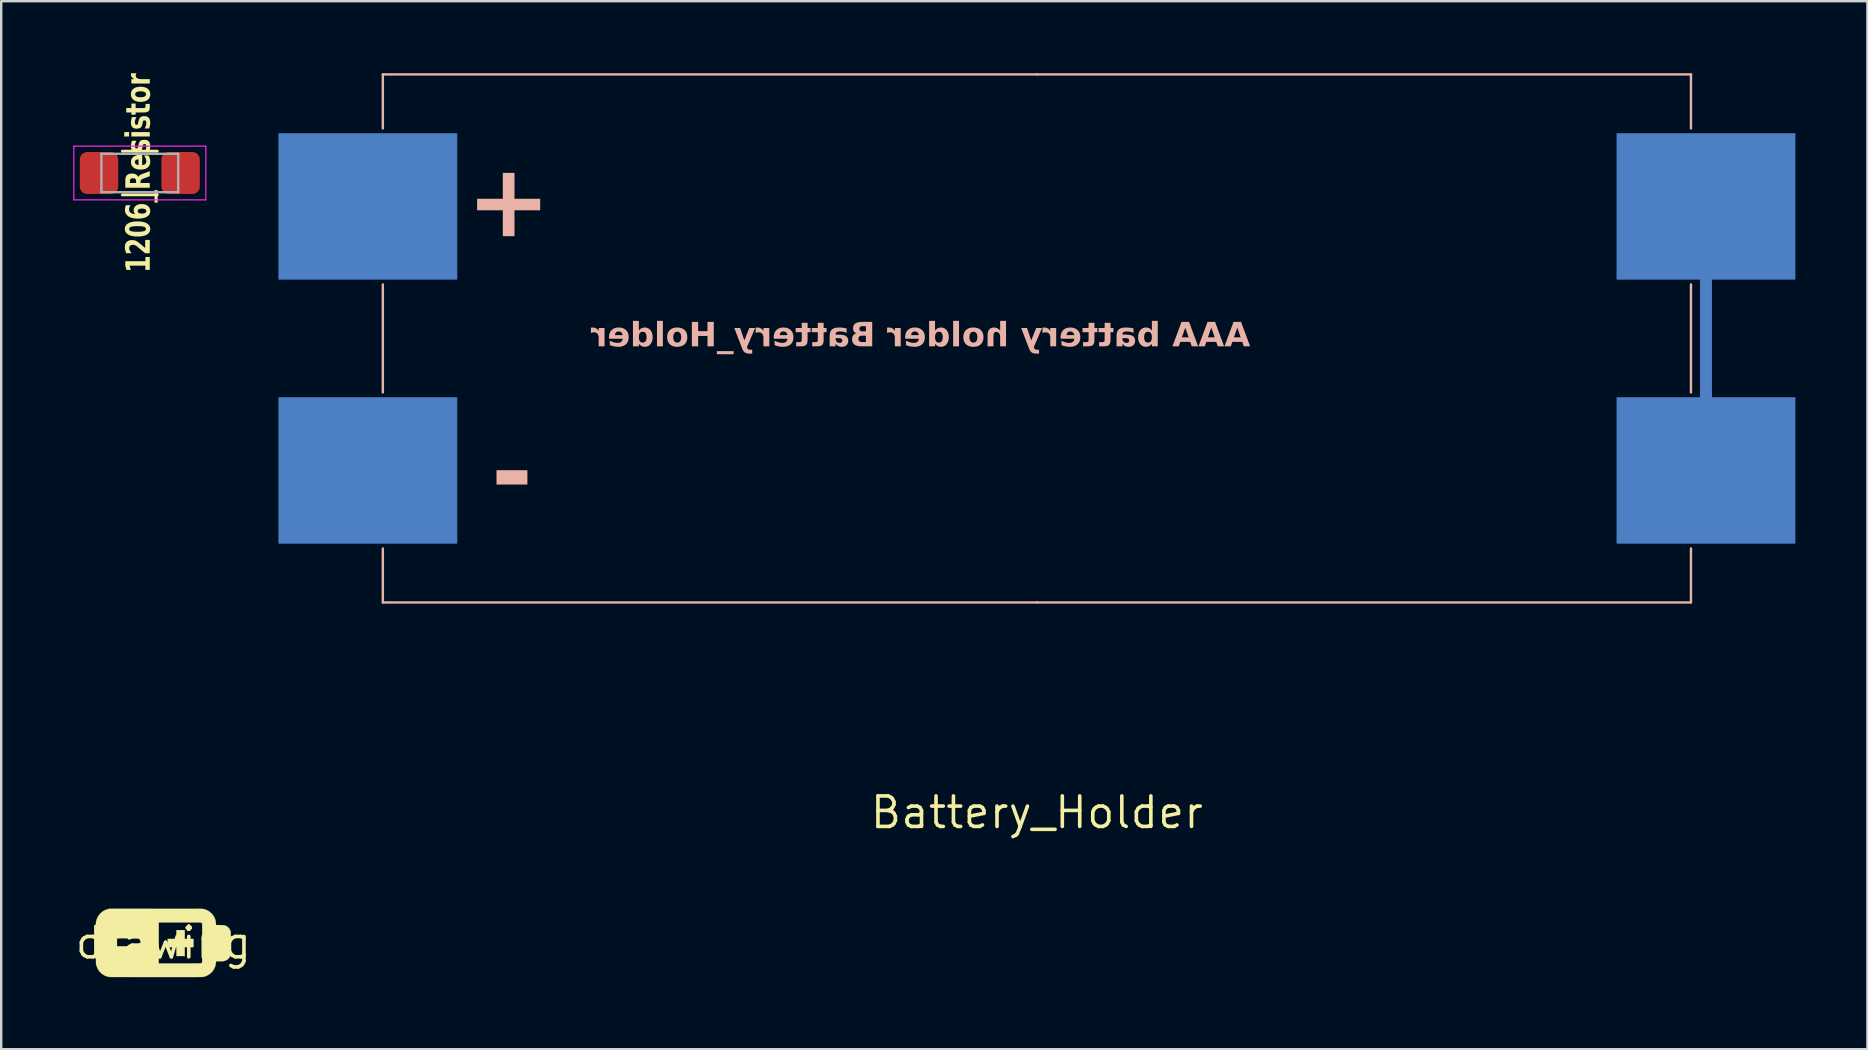
<source format=kicad_pcb>
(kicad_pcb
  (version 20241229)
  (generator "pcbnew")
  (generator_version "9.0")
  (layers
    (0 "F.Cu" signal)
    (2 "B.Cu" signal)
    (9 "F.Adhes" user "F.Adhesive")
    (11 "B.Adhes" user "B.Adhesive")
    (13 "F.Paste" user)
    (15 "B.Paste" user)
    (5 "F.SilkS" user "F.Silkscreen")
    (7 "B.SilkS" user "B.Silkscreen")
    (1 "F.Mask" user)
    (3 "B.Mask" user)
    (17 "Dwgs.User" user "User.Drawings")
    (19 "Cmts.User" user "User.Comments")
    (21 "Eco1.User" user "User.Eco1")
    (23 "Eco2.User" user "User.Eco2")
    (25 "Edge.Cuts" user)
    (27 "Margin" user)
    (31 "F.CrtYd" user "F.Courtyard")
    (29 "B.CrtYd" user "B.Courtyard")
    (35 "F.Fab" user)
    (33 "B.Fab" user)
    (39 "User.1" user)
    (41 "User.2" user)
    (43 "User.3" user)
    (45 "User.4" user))
  (footprint "drawing"
    (layer "F.Cu")
    (at 3.757 36.232)
    (property "Reference" "drawing" (at 0 0 0) (layer "F.SilkS") (effects (font (size 1.27 1.27) (thickness 0.15))))
    (attr through_hole)
    (fp_poly (pts (xy 0.889 -0.163) (xy 1.254 -0.163) (xy 1.254 0.179) (xy 0.889 0.179) (xy 0.889 0.548) (xy 0.544 0.548) (xy 0.544 0.179) (xy 0.179 0.179) (xy 0.179 -0.163) (xy 0.544 -0.163) (xy 0.544 -0.532) (xy 0.889 -0.532) (xy 0.889 -0.163)) (stroke (width 0.01) (type solid)) (fill yes) (layer "F.SilkS"))
    (fp_poly (pts (xy 0.907 -1.42) (xy 0.981 -1.42) (xy 1.05 -1.42) (xy 1.114 -1.42) (xy 1.173 -1.42) (xy 1.227 -1.42) (xy 1.277 -1.42) (xy 1.322 -1.42) (xy 1.363 -1.42) (xy 1.401 -1.42) (xy 1.434 -1.419) (xy 1.464 -1.419) (xy 1.491 -1.419) (xy 1.515 -1.419) (xy 1.536 -1.419) (xy 1.554 -1.418) (xy 1.57 -1.418) (xy 1.584 -1.418) (xy 1.596 -1.417) (xy 1.606 -1.417) (xy 1.615 -1.417) (xy 1.622 -1.416) (xy 1.628 -1.416) (xy 1.633 -1.415) (xy 1.637 -1.415) (xy 1.641 -1.414) (xy 1.645 -1.413) (xy 1.647 -1.413) (xy 1.7 -1.402) (xy 1.749 -1.388) (xy 1.796 -1.37) (xy 1.801 -1.368) (xy 1.865 -1.336) (xy 1.924 -1.297) (xy 1.978 -1.253) (xy 2.027 -1.204) (xy 2.07 -1.15) (xy 2.107 -1.092) (xy 2.137 -1.03) (xy 2.161 -0.965) (xy 2.178 -0.898) (xy 2.188 -0.827) (xy 2.189 -0.801) (xy 2.192 -0.743) (xy 2.347 -0.741) (xy 2.391 -0.74) (xy 2.428 -0.74) (xy 2.459 -0.739) (xy 2.484 -0.738) (xy 2.505 -0.736) (xy 2.523 -0.734) (xy 2.539 -0.731) (xy 2.553 -0.727) (xy 2.567 -0.723) (xy 2.581 -0.718) (xy 2.593 -0.712) (xy 2.625 -0.697) (xy 2.652 -0.681) (xy 2.678 -0.663) (xy 2.698 -0.645) (xy 2.734 -0.606) (xy 2.764 -0.563) (xy 2.786 -0.516) (xy 2.802 -0.466) (xy 2.804 -0.458) (xy 2.805 -0.449) (xy 2.806 -0.433) (xy 2.807 -0.41) (xy 2.807 -0.382) (xy 2.808 -0.347) (xy 2.809 -0.309) (xy 2.809 -0.266) (xy 2.81 -0.219) (xy 2.81 -0.17) (xy 2.81 -0.118) (xy 2.81 -0.065) (xy 2.81 -0.011) (xy 2.81 0.043) (xy 2.81 0.097) (xy 2.81 0.149) (xy 2.81 0.201) (xy 2.81 0.25) (xy 2.809 0.296) (xy 2.809 0.338) (xy 2.808 0.376) (xy 2.807 0.41) (xy 2.807 0.438) (xy 2.806 0.459) (xy 2.805 0.475) (xy 2.804 0.482) (xy 2.789 0.533) (xy 2.768 0.58) (xy 2.739 0.624) (xy 2.703 0.664) (xy 2.698 0.669) (xy 2.672 0.691) (xy 2.647 0.709) (xy 2.618 0.725) (xy 2.593 0.736) (xy 2.578 0.742) (xy 2.564 0.748) (xy 2.55 0.752) (xy 2.536 0.755) (xy 2.52 0.758) (xy 2.502 0.76) (xy 2.48 0.762) (xy 2.453 0.763) (xy 2.422 0.764) (xy 2.384 0.764) (xy 2.347 0.765) (xy 2.192 0.767) (xy 2.19 0.813) (xy 2.182 0.882) (xy 2.167 0.949) (xy 2.145 1.015) (xy 2.116 1.078) (xy 2.081 1.138) (xy 2.039 1.194) (xy 1.992 1.244) (xy 1.988 1.247) (xy 1.933 1.294) (xy 1.875 1.334) (xy 1.814 1.366) (xy 1.749 1.392) (xy 1.68 1.411) (xy 1.648 1.417) (xy 1.644 1.418) (xy 1.64 1.418) (xy 1.636 1.419) (xy 1.632 1.419) (xy 1.626 1.42) (xy 1.619 1.42) (xy 1.612 1.421) (xy 1.602 1.421) (xy 1.592 1.421) (xy 1.579 1.422) (xy 1.564 1.422) (xy 1.547 1.422) (xy 1.527 1.423) (xy 1.505 1.423) (xy 1.479 1.423) (xy 1.451 1.423) (xy 1.419 1.423) (xy 1.383 1.424) (xy 1.344 1.424) (xy 1.301 1.424) (xy 1.253 1.424) (xy 1.201 1.424) (xy 1.145 1.424) (xy 1.083 1.424) (xy 1.017 1.424) (xy 0.945 1.424) (xy 0.868 1.424) (xy 0.785 1.424) (xy 0.696 1.424) (xy 0.601 1.424) (xy 0.499 1.424) (xy 0.391 1.424) (xy 0.276 1.424) (xy 0.154 1.424) (xy 0.025 1.424) (xy -0.111 1.424) (xy -0.256 1.424) (xy -0.313 1.424) (xy -0.436 1.424) (xy -0.557 1.424) (xy -0.676 1.424) (xy -0.792 1.424) (xy -0.906 1.424) (xy -1.017 1.424) (xy -1.125 1.424) (xy -1.229 1.424) (xy -1.329 1.424) (xy -1.426 1.423) (xy -1.518 1.423) (xy -1.607 1.423) (xy -1.69 1.423) (xy -1.769 1.423) (xy -1.842 1.423) (xy -1.91 1.423) (xy -1.973 1.423) (xy -2.029 1.423) (xy -2.08 1.423) (xy -2.124 1.423) (xy -2.161 1.422) (xy -2.192 1.422) (xy -2.216 1.422) (xy -2.232 1.422) (xy -2.241 1.422) (xy -2.242 1.422) (xy -2.252 1.42) (xy -2.267 1.418) (xy -2.285 1.414) (xy -2.302 1.41) (xy -2.371 1.391) (xy -2.437 1.365) (xy -2.498 1.332) (xy -2.557 1.291) (xy -2.611 1.244) (xy -2.63 1.225) (xy -2.676 1.171) (xy -2.716 1.113) (xy -2.75 1.051) (xy -2.777 0.984) (xy -2.797 0.915) (xy -2.808 0.867) (xy -2.808 0.857) (xy -0.194 0.857) (xy 0.674 0.857) (xy 0.759 0.857) (xy 0.842 0.857) (xy 0.922 0.857) (xy 0.999 0.857) (xy 1.072 0.857) (xy 1.142 0.857) (xy 1.207 0.856) (xy 1.268 0.856) (xy 1.324 0.856) (xy 1.375 0.856) (xy 1.421 0.855) (xy 1.46 0.855) (xy 1.493 0.855) (xy 1.52 0.855) (xy 1.54 0.854) (xy 1.552 0.854) (xy 1.557 0.854) (xy 1.579 0.845) (xy 1.599 0.829) (xy 1.608 0.818) (xy 1.617 0.804) (xy 1.617 -0.8) (xy 1.608 -0.814) (xy 1.591 -0.832) (xy 1.57 -0.845) (xy 1.557 -0.85) (xy 1.552 -0.85) (xy 1.539 -0.85) (xy 1.518 -0.851) (xy 1.491 -0.851) (xy 1.457 -0.851) (xy 1.418 -0.851) (xy 1.372 -0.852) (xy 1.32 -0.852) (xy 1.264 -0.852) (xy 1.203 -0.852) (xy 1.137 -0.853) (xy 1.067 -0.853) (xy 0.993 -0.853) (xy 0.916 -0.853) (xy 0.836 -0.853) (xy 0.753 -0.853) (xy 0.674 -0.853) (xy -0.194 -0.853) (xy -0.194 0.857) (xy -2.808 0.857) (xy -2.808 -0.194) (xy -1.933 -0.194) (xy -1.933 0.143) (xy -0.861 0.143) (xy -0.861 -0.194) (xy -1.933 -0.194) (xy -2.808 -0.194) (xy -2.808 -0.863) (xy -2.797 -0.911) (xy -2.777 -0.98) (xy -2.751 -1.044) (xy -2.72 -1.104) (xy -2.682 -1.16) (xy -2.638 -1.213) (xy -2.626 -1.226) (xy -2.574 -1.274) (xy -2.518 -1.315) (xy -2.459 -1.35) (xy -2.394 -1.379) (xy -2.325 -1.402) (xy -2.302 -1.407) (xy -2.256 -1.419) (xy -0.327 -1.42) (xy -0.18 -1.42) (xy -0.04 -1.42) (xy 0.093 -1.42) (xy 0.218 -1.42) (xy 0.336 -1.42) (xy 0.447 -1.42) (xy 0.551 -1.42) (xy 0.649 -1.42) (xy 0.741 -1.42) (xy 0.827 -1.42) (xy 0.907 -1.42)) (stroke (width 0.01) (type solid)) (fill yes) (layer "F.SilkS")))
  (footprint "1206_Resistor"
    (layer "F.Cu")
    (at 2.775 4.158)
    (property "Reference" "1206_Resistor" (at 0 0 90) (unlocked yes) (layer "F.SilkS") (effects (font (face "Segoe UI This") (size 1 0.75) (thickness 0.15) (bold yes))))
    (attr smd)
    (fp_line (start -0.727 -0.91) (end 0.727 -0.91) (stroke (width 0.12) (type solid)) (layer "F.SilkS"))
    (fp_line (start -0.727 0.91) (end 0.727 0.91) (stroke (width 0.12) (type solid)) (layer "F.SilkS"))
    (fp_line (start -2.75 -1.12) (end 2.75 -1.12) (stroke (width 0.05) (type solid)) (layer "F.CrtYd"))
    (fp_line (start -2.75 1.12) (end -2.75 -1.12) (stroke (width 0.05) (type solid)) (layer "F.CrtYd"))
    (fp_line (start 2.75 -1.12) (end 2.75 1.12) (stroke (width 0.05) (type solid)) (layer "F.CrtYd"))
    (fp_line (start 2.75 1.12) (end -2.75 1.12) (stroke (width 0.05) (type solid)) (layer "F.CrtYd"))
    (fp_line (start -1.6 -0.8) (end 1.6 -0.8) (stroke (width 0.1) (type solid)) (layer "F.Fab"))
    (fp_line (start -1.6 0.8) (end -1.6 -0.8) (stroke (width 0.1) (type solid)) (layer "F.Fab"))
    (fp_line (start 1.6 -0.8) (end 1.6 0.8) (stroke (width 0.1) (type solid)) (layer "F.Fab"))
    (fp_line (start 1.6 0.8) (end -1.6 0.8) (stroke (width 0.1) (type solid)) (layer "F.Fab"))
    (pad "1" smd roundrect (at -1.7 0) (size 1.6 1.75) (layers "F.Cu" "F.Mask") (roundrect_rratio 0.192))
    (pad "2" smd roundrect (at 1.7 0) (size 1.6 1.75) (layers "F.Cu" "F.Mask") (roundrect_rratio 0.192)))
  (footprint "Battery_Holder"
    (layer "F.Cu")
    (at 40.15 11.05)
    (property "Reference" "Battery_Holder" (at 0 19.75 0) (layer "F.SilkS") (effects (font (size 1.27 1.27) (thickness 0.15))))
    (attr through_hole)
    (fp_line (start 27.875 -5.5) (end 27.875 5.5) (stroke (width 0.5) (type default)) (layer "B.Cu"))
    (fp_line (start -27.25 -11) (end -27.25 -8.75) (stroke (width 0.1) (type default)) (layer "B.SilkS"))
    (fp_line (start -27.25 2.25) (end -27.25 -2.25) (stroke (width 0.1) (type default)) (layer "B.SilkS"))
    (fp_line (start -27.25 11) (end -27.25 8.75) (stroke (width 0.1) (type default)) (layer "B.SilkS"))
    (fp_line (start 0 -11) (end -27.25 -11) (stroke (width 0.1) (type default)) (layer "B.SilkS"))
    (fp_line (start 0 -11) (end 27.25 -11) (stroke (width 0.1) (type default)) (layer "B.SilkS"))
    (fp_line (start 0 11) (end -27.25 11) (stroke (width 0.1) (type default)) (layer "B.SilkS"))
    (fp_line (start 0 11) (end 27.25 11) (stroke (width 0.1) (type default)) (layer "B.SilkS"))
    (fp_line (start 27.25 -11) (end 27.25 -8.75) (stroke (width 0.1) (type default)) (layer "B.SilkS"))
    (fp_line (start 27.25 -2.25) (end 27.25 2.25) (stroke (width 0.1) (type default)) (layer "B.SilkS"))
    (fp_line (start 27.25 11) (end 27.25 8.75) (stroke (width 0.1) (type default)) (layer "B.SilkS"))
    (fp_text user "AAA battery holder ${REFERENCE}" (at 8.89 0.5 0) (unlocked yes) (layer "B.SilkS") (effects (font (face "Segoe UI This") (size 1 1) (thickness 0.2) (bold yes)) (justify left bottom mirror)))
    (fp_text user "-" (at -21 7.5 0) (unlocked yes) (layer "B.SilkS") (effects (font (face "Arial Black") (size 3 3) (thickness 0.1)) (justify left bottom mirror)))
    (fp_text user "+" (at -20.25 -3.75 0) (unlocked yes) (layer "B.SilkS") (effects (font (face "Arial Black") (size 3 3) (thickness 0.1)) (justify left bottom mirror)))
    (pad "" smd rect (at 27.875 -5.5) (size 7.45 6.1) (layers "B.Cu" "B.Mask"))
    (pad "" smd rect (at 27.875 5.5) (size 7.45 6.1) (layers "B.Cu" "B.Mask"))
    (pad "1" smd rect (at -27.875 -5.5) (size 7.45 6.1) (layers "B.Cu" "B.Mask"))
    (pad "2" smd rect (at -27.875 5.5) (size 7.45 6.1) (layers "B.Cu" "B.Mask")))
  (gr_rect
    (start -3 -3)
    (end 74.75 40.661)
    (stroke (width 0.1) (type default))
    (fill no)
    (layer "Edge.Cuts")))
</source>
